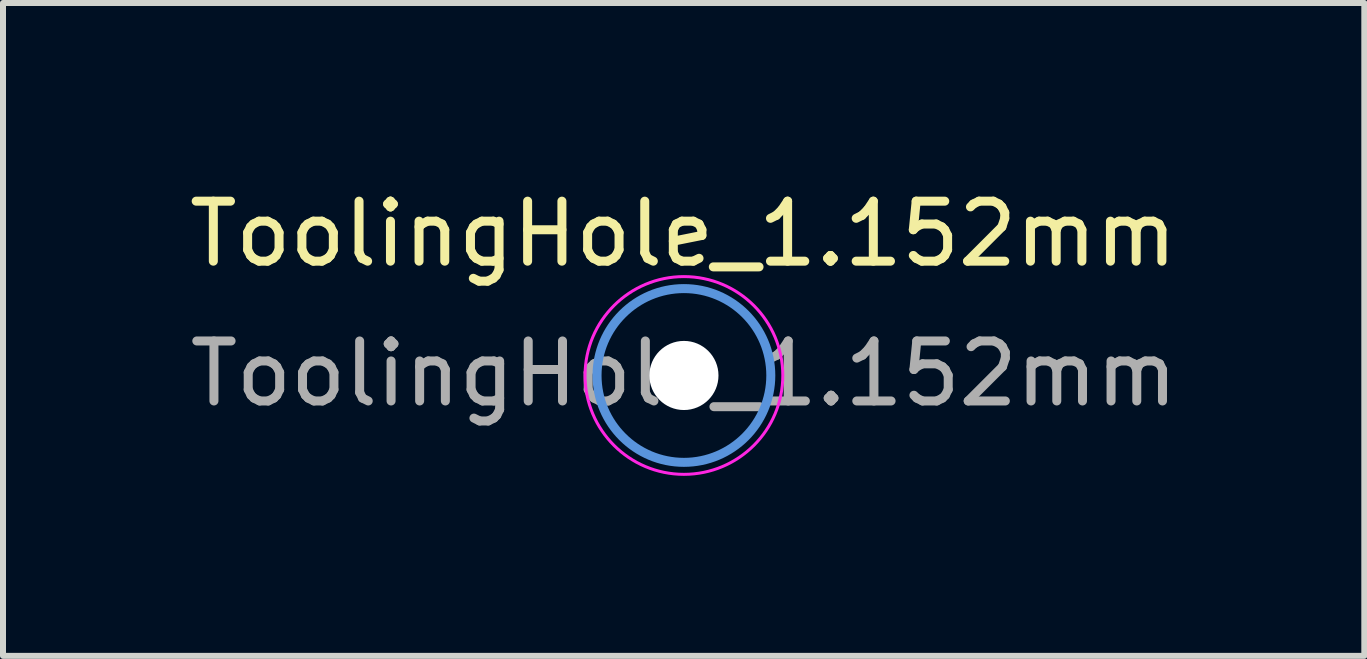
<source format=kicad_pcb>
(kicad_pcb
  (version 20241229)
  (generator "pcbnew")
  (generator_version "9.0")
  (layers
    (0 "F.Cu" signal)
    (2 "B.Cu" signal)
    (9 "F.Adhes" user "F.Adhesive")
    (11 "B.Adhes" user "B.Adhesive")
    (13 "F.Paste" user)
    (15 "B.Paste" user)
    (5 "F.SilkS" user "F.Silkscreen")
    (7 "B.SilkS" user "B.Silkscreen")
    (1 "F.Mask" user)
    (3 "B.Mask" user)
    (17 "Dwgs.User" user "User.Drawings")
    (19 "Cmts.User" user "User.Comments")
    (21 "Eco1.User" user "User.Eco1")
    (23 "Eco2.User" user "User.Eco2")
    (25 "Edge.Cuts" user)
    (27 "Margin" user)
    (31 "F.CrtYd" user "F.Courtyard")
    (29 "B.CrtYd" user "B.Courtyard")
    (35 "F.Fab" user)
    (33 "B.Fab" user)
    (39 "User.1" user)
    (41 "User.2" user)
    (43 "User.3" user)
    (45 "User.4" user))
  (footprint "ToolingHole_1.152mm"
    (layer "F.Cu")
    (at 8.349 3.208)
    (property "Reference" "ToolingHole_1.152mm" (at -0.01 -2.36 0) (layer "F.SilkS") (effects (font (size 1 1) (thickness 0.15))))
    (attr exclude_from_pos_files exclude_from_bom)
    (fp_circle (center 0 0) (end 1.448 0) (stroke (width 0.15) (type solid)) (fill no) (layer "Cmts.User"))
    (fp_circle (center 0 0) (end 1.648 0) (stroke (width 0.05) (type solid)) (fill no) (layer "F.CrtYd"))
    (fp_text user "${REFERENCE}" (at 0 -0.03 0) (layer "F.Fab") (effects (font (size 1 1) (thickness 0.15))))
    (pad "" np_thru_hole circle (at 0 0) (size 1.152 1.152) (drill 1.152) (layers "*.Cu" "*.Mask")))
  (gr_rect
    (start -3 -3)
    (end 19.689 7.881)
    (stroke (width 0.1) (type default))
    (fill no)
    (layer "Edge.Cuts")))
</source>
